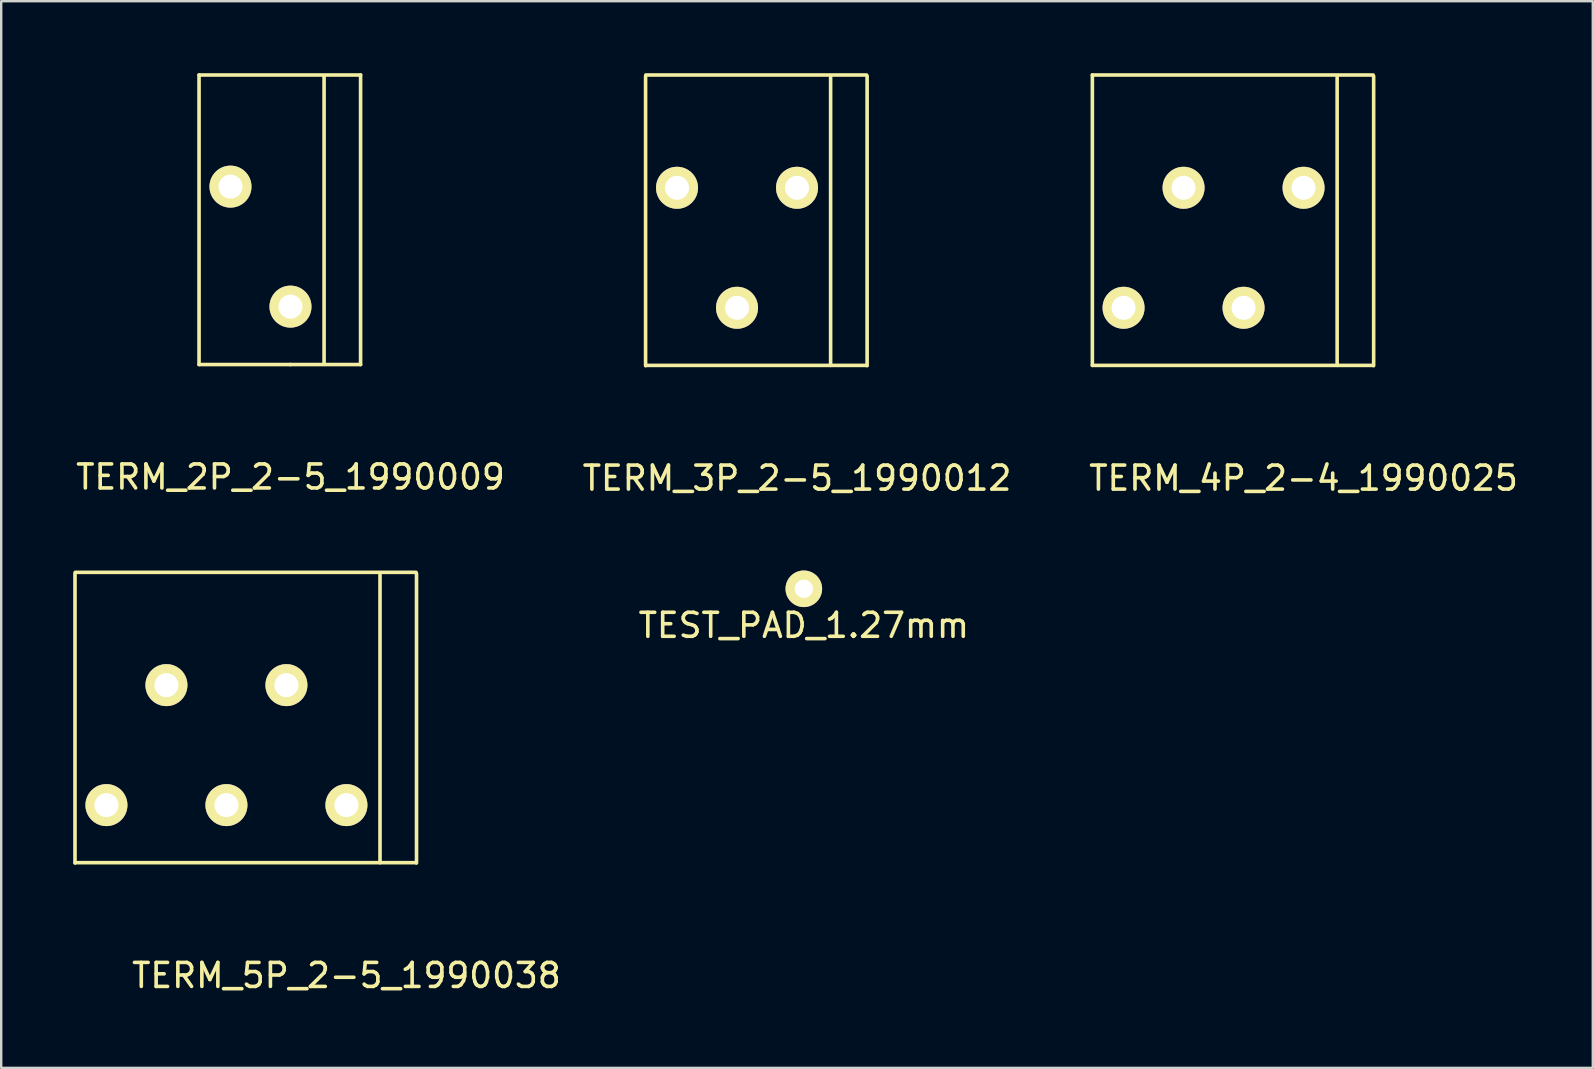
<source format=kicad_pcb>
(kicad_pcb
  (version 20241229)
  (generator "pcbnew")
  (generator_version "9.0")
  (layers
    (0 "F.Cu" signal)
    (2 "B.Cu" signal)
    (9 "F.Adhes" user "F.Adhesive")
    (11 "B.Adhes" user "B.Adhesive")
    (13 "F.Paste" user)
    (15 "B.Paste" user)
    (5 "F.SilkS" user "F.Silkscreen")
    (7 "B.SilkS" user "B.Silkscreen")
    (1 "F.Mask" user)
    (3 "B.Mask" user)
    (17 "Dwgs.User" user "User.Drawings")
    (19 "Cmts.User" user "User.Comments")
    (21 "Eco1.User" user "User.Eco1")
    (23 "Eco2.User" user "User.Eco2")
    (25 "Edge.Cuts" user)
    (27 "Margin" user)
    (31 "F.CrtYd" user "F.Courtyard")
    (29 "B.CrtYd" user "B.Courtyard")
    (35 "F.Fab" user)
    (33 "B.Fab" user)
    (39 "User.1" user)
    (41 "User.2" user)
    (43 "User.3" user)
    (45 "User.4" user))
  (footprint "TEST_PAD_1.27mm"
    (layer "F.Cu")
    (at 30.445 21.485)
    (property "Reference" "TEST_PAD_1.27mm" (at 0 1.524 0) (layer "F.SilkS") (effects (font (size 1 1) (thickness 0.15))))
    (attr through_hole)
    (pad "1" thru_hole circle (at 0 0) (size 1.524 1.524) (drill 0.762) (layers "*.Cu" "*.Mask" "F.SilkS")))
  (footprint "TERM_4P_2-4_1990025"
    (layer "F.Cu")
    (at 51.268 9.775)
    (property "Reference" "TERM_4P_2-4_1990025" (at 0 7.1 0) (layer "F.SilkS") (effects (font (size 1 1) (thickness 0.15))))
    (attr through_hole)
    (fp_line (start -8.8 -9.7) (end 2.9 -9.7) (stroke (width 0.15) (type solid)) (layer "F.SilkS"))
    (fp_line (start -8.8 2.4) (end -8.8 -9.7) (stroke (width 0.15) (type solid)) (layer "F.SilkS"))
    (fp_line (start 1.4 2.4) (end 1.4 -9.6) (stroke (width 0.15) (type solid)) (layer "F.SilkS"))
    (fp_line (start 2.9 2.4) (end -8.8 2.4) (stroke (width 0.15) (type solid)) (layer "F.SilkS"))
    (fp_line (start 2.921 2.413) (end 2.921 -9.652) (stroke (width 0.15) (type solid)) (layer "F.SilkS"))
    (pad "1" thru_hole circle (at 0 -5) (size 1.75 1.75) (drill 1) (layers "*.Cu" "*.Mask" "F.SilkS"))
    (pad "2" thru_hole circle (at -2.5 0) (size 1.75 1.75) (drill 1) (layers "*.Cu" "*.Mask" "F.SilkS"))
    (pad "3" thru_hole circle (at -5 -5) (size 1.75 1.75) (drill 1) (layers "*.Cu" "*.Mask" "F.SilkS"))
    (pad "4" thru_hole circle (at -7.5 0) (size 1.75 1.75) (drill 1) (layers "*.Cu" "*.Mask" "F.SilkS")))
  (footprint "TERM_2P_2-5_1990009"
    (layer "F.Cu")
    (at 9.054 9.727)
    (property "Reference" "TERM_2P_2-5_1990009" (at 0 7.1 0) (layer "F.SilkS") (effects (font (size 1 1) (thickness 0.15))))
    (attr through_hole)
    (fp_line (start -3.81 -9.652) (end 2.921 -9.652) (stroke (width 0.15) (type solid)) (layer "F.SilkS"))
    (fp_line (start -3.81 2.413) (end -3.81 -9.652) (stroke (width 0.15) (type solid)) (layer "F.SilkS"))
    (fp_line (start 0 2.413) (end -3.81 2.413) (stroke (width 0.15) (type solid)) (layer "F.SilkS"))
    (fp_line (start 0 2.413) (end 2.921 2.413) (stroke (width 0.15) (type solid)) (layer "F.SilkS"))
    (fp_line (start 1.4 2.4) (end 1.4 -9.6) (stroke (width 0.15) (type solid)) (layer "F.SilkS"))
    (fp_line (start 2.921 2.413) (end 2.921 -9.652) (stroke (width 0.15) (type solid)) (layer "F.SilkS"))
    (pad "1" thru_hole circle (at 0 0) (size 1.75 1.75) (drill 1) (layers "*.Cu" "*.Mask" "F.SilkS"))
    (pad "2" thru_hole circle (at -2.5 -5) (size 1.75 1.75) (drill 1) (layers "*.Cu" "*.Mask" "F.SilkS")))
  (footprint "TERM_3P_2-5_1990012"
    (layer "F.Cu")
    (at 30.161 9.775)
    (property "Reference" "TERM_3P_2-5_1990012" (at 0 7.1 0) (layer "F.SilkS") (effects (font (size 1 1) (thickness 0.15))))
    (attr through_hole)
    (fp_line (start -6.31 2.413) (end -6.31 -9.652) (stroke (width 0.15) (type solid)) (layer "F.SilkS"))
    (fp_line (start -6.3 -9.7) (end 2.9 -9.7) (stroke (width 0.15) (type solid)) (layer "F.SilkS"))
    (fp_line (start -6.3 2.4) (end 2.9 2.4) (stroke (width 0.15) (type solid)) (layer "F.SilkS"))
    (fp_line (start 1.4 2.4) (end 1.4 -9.6) (stroke (width 0.15) (type solid)) (layer "F.SilkS"))
    (fp_line (start 2.921 2.413) (end 2.921 -9.652) (stroke (width 0.15) (type solid)) (layer "F.SilkS"))
    (pad "1" thru_hole circle (at 0 -5) (size 1.75 1.75) (drill 1) (layers "*.Cu" "*.Mask" "F.SilkS"))
    (pad "2" thru_hole circle (at -2.5 0) (size 1.75 1.75) (drill 1) (layers "*.Cu" "*.Mask" "F.SilkS"))
    (pad "3" thru_hole circle (at -5 -5) (size 1.75 1.75) (drill 1) (layers "*.Cu" "*.Mask" "F.SilkS")))
  (footprint "TERM_5P_2-5_1990038"
    (layer "F.Cu")
    (at 11.385 30.498)
    (property "Reference" "TERM_5P_2-5_1990038" (at 0 7.1 0) (layer "F.SilkS") (effects (font (size 1 1) (thickness 0.15))))
    (attr through_hole)
    (fp_line (start -11.31 2.413) (end -11.31 -9.652) (stroke (width 0.15) (type solid)) (layer "F.SilkS"))
    (fp_line (start 1.4 2.4) (end 1.4 -9.6) (stroke (width 0.15) (type solid)) (layer "F.SilkS"))
    (fp_line (start 2.9 -9.7) (end -11.3 -9.7) (stroke (width 0.15) (type solid)) (layer "F.SilkS"))
    (fp_line (start 2.9 2.4) (end -11.3 2.4) (stroke (width 0.15) (type solid)) (layer "F.SilkS"))
    (fp_line (start 2.921 2.413) (end 2.921 -9.652) (stroke (width 0.15) (type solid)) (layer "F.SilkS"))
    (pad "1" thru_hole circle (at 0 0) (size 1.75 1.75) (drill 1) (layers "*.Cu" "*.Mask" "F.SilkS"))
    (pad "2" thru_hole circle (at -2.5 -5) (size 1.75 1.75) (drill 1) (layers "*.Cu" "*.Mask" "F.SilkS"))
    (pad "3" thru_hole circle (at -5 0) (size 1.75 1.75) (drill 1) (layers "*.Cu" "*.Mask" "F.SilkS"))
    (pad "4" thru_hole circle (at -7.5 -5) (size 1.75 1.75) (drill 1) (layers "*.Cu" "*.Mask" "F.SilkS"))
    (pad "5" thru_hole circle (at -10 0) (size 1.75 1.75) (drill 1) (layers "*.Cu" "*.Mask" "F.SilkS")))
  (gr_rect
    (start -3 -3)
    (end 63.321 41.447)
    (stroke (width 0.1) (type default))
    (fill no)
    (layer "Edge.Cuts")))
</source>
